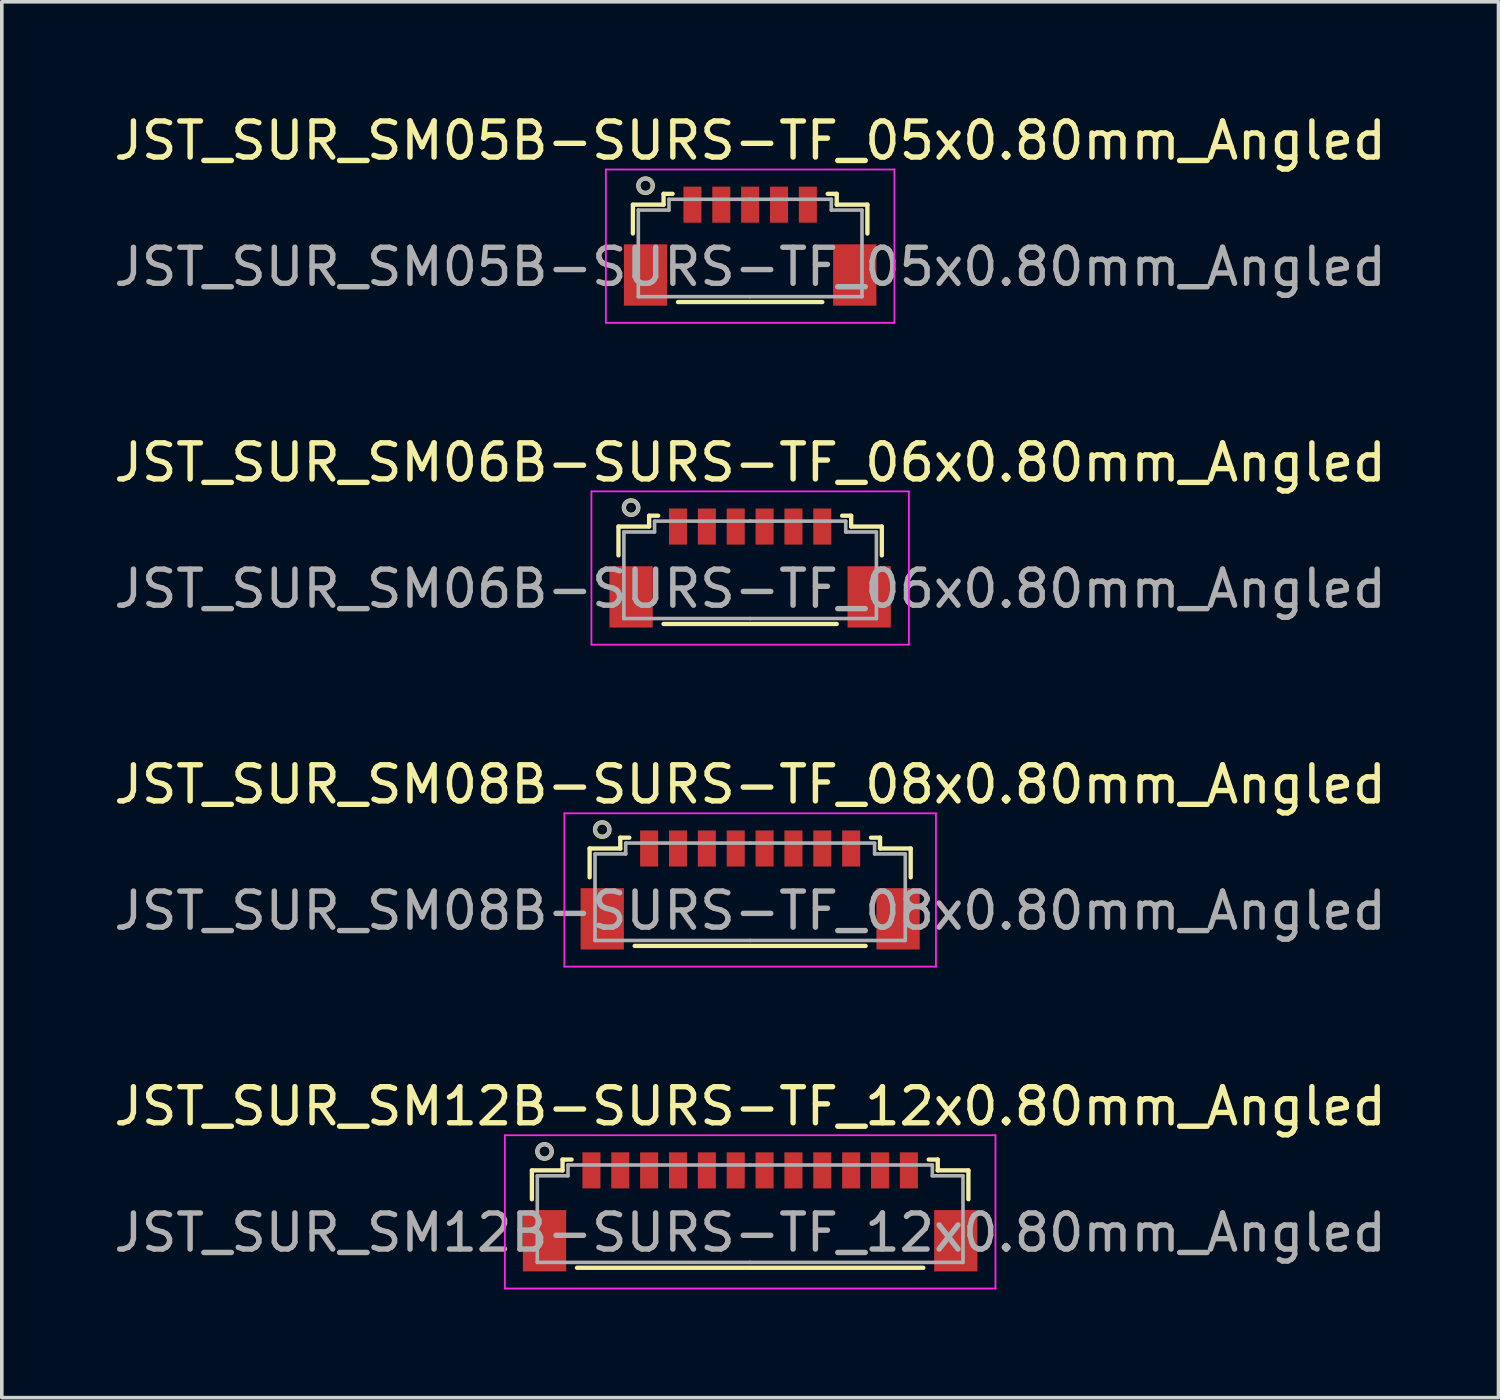
<source format=kicad_pcb>
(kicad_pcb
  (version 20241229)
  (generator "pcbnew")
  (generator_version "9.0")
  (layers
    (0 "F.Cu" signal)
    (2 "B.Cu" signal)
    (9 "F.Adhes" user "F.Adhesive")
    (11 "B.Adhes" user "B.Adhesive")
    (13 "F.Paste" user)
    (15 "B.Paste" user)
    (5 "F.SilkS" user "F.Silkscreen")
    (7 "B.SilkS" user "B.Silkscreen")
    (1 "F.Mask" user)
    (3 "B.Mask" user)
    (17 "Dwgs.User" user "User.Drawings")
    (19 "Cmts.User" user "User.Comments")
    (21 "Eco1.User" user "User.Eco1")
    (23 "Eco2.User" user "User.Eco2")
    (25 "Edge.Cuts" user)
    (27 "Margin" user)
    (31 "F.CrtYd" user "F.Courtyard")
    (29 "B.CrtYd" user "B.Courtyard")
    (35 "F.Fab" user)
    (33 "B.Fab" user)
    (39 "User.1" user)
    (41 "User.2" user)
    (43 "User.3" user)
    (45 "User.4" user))
  (footprint "JST_SUR_SM12B-SURS-TF_12x0.80mm_Angled"
    (layer "F.Cu")
    (at 17.744 30.368)
    (property "Reference" "JST_SUR_SM12B-SURS-TF_12x0.80mm_Angled" (at 0 -2.75 0) (layer "F.SilkS") (effects (font (size 1 1) (thickness 0.15))))
    (attr smd)
    (fp_line (start -6.05 -0.975) (end -6.05 -0.175) (stroke (width 0.12) (type solid)) (layer "F.SilkS"))
    (fp_line (start -5.2 -1.275) (end -5.2 -0.975) (stroke (width 0.12) (type solid)) (layer "F.SilkS"))
    (fp_line (start -5.2 -0.975) (end -6.05 -0.975) (stroke (width 0.12) (type solid)) (layer "F.SilkS"))
    (fp_line (start -4.95 -1.275) (end -5.2 -1.275) (stroke (width 0.12) (type solid)) (layer "F.SilkS"))
    (fp_line (start -4.8 1.725) (end 4.8 1.725) (stroke (width 0.12) (type solid)) (layer "F.SilkS"))
    (fp_line (start 4.95 -1.275) (end 5.2 -1.275) (stroke (width 0.12) (type solid)) (layer "F.SilkS"))
    (fp_line (start 5.2 -1.275) (end 5.2 -0.975) (stroke (width 0.12) (type solid)) (layer "F.SilkS"))
    (fp_line (start 5.2 -0.975) (end 6.05 -0.975) (stroke (width 0.12) (type solid)) (layer "F.SilkS"))
    (fp_line (start 6.05 -0.975) (end 6.05 -0.175) (stroke (width 0.12) (type solid)) (layer "F.SilkS"))
    (fp_circle (center -5.7 -1.5) (end -5.5 -1.5) (stroke (width 0.12) (type solid)) (fill no) (layer "F.SilkS"))
    (fp_line (start -6.8 -1.95) (end 6.8 -1.95) (stroke (width 0.05) (type solid)) (layer "F.CrtYd"))
    (fp_line (start -6.8 2.3) (end -6.8 -1.95) (stroke (width 0.05) (type solid)) (layer "F.CrtYd"))
    (fp_line (start 6.8 -1.95) (end 6.8 2.3) (stroke (width 0.05) (type solid)) (layer "F.CrtYd"))
    (fp_line (start 6.8 2.3) (end -6.8 2.3) (stroke (width 0.05) (type solid)) (layer "F.CrtYd"))
    (fp_line (start -5.9 -0.825) (end -5.9 1.575) (stroke (width 0.1) (type solid)) (layer "F.Fab"))
    (fp_line (start -5.9 1.575) (end 0 1.575) (stroke (width 0.1) (type solid)) (layer "F.Fab"))
    (fp_line (start -5.05 -1.125) (end -5.05 -0.825) (stroke (width 0.1) (type solid)) (layer "F.Fab"))
    (fp_line (start -5.05 -0.825) (end -5.9 -0.825) (stroke (width 0.1) (type solid)) (layer "F.Fab"))
    (fp_line (start 0 -1.125) (end -5.05 -1.125) (stroke (width 0.1) (type solid)) (layer "F.Fab"))
    (fp_line (start 0 -1.125) (end 5.05 -1.125) (stroke (width 0.1) (type solid)) (layer "F.Fab"))
    (fp_line (start 5.05 -1.125) (end 5.05 -0.825) (stroke (width 0.1) (type solid)) (layer "F.Fab"))
    (fp_line (start 5.05 -0.825) (end 5.9 -0.825) (stroke (width 0.1) (type solid)) (layer "F.Fab"))
    (fp_line (start 5.9 -0.825) (end 5.9 1.575) (stroke (width 0.1) (type solid)) (layer "F.Fab"))
    (fp_line (start 5.9 1.575) (end 0 1.575) (stroke (width 0.1) (type solid)) (layer "F.Fab"))
    (fp_circle (center -5.7 -1.5) (end -5.5 -1.5) (stroke (width 0.1) (type solid)) (fill no) (layer "F.Fab"))
    (fp_text user "${REFERENCE}" (at 0 0.75 0) (layer "F.Fab") (effects (font (size 1 1) (thickness 0.15))))
    (pad "" smd rect (at -5.7 0.975) (size 1.2 1.7) (layers "F.Cu" "F.Mask" "F.Paste"))
    (pad "" smd rect (at 5.7 0.975) (size 1.2 1.7) (layers "F.Cu" "F.Mask" "F.Paste"))
    (pad "1" smd rect (at -4.4 -0.975) (size 0.5 1) (layers "F.Cu" "F.Mask" "F.Paste"))
    (pad "2" smd rect (at -3.6 -0.975) (size 0.5 1) (layers "F.Cu" "F.Mask" "F.Paste"))
    (pad "3" smd rect (at -2.8 -0.975) (size 0.5 1) (layers "F.Cu" "F.Mask" "F.Paste"))
    (pad "4" smd rect (at -2 -0.975) (size 0.5 1) (layers "F.Cu" "F.Mask" "F.Paste"))
    (pad "5" smd rect (at -1.2 -0.975) (size 0.5 1) (layers "F.Cu" "F.Mask" "F.Paste"))
    (pad "6" smd rect (at -0.4 -0.975) (size 0.5 1) (layers "F.Cu" "F.Mask" "F.Paste"))
    (pad "7" smd rect (at 0.4 -0.975) (size 0.5 1) (layers "F.Cu" "F.Mask" "F.Paste"))
    (pad "8" smd rect (at 1.2 -0.975) (size 0.5 1) (layers "F.Cu" "F.Mask" "F.Paste"))
    (pad "9" smd rect (at 2 -0.975) (size 0.5 1) (layers "F.Cu" "F.Mask" "F.Paste"))
    (pad "10" smd rect (at 2.8 -0.975) (size 0.5 1) (layers "F.Cu" "F.Mask" "F.Paste"))
    (pad "11" smd rect (at 3.6 -0.975) (size 0.5 1) (layers "F.Cu" "F.Mask" "F.Paste"))
    (pad "12" smd rect (at 4.4 -0.975) (size 0.5 1) (layers "F.Cu" "F.Mask" "F.Paste")))
  (footprint "JST_SUR_SM05B-SURS-TF_05x0.80mm_Angled"
    (layer "F.Cu")
    (at 17.744 3.598)
    (property "Reference" "JST_SUR_SM05B-SURS-TF_05x0.80mm_Angled" (at 0 -2.75 0) (layer "F.SilkS") (effects (font (size 1 1) (thickness 0.15))))
    (attr smd)
    (fp_line (start -3.25 -0.975) (end -3.25 -0.175) (stroke (width 0.12) (type solid)) (layer "F.SilkS"))
    (fp_line (start -2.4 -1.275) (end -2.4 -0.975) (stroke (width 0.12) (type solid)) (layer "F.SilkS"))
    (fp_line (start -2.4 -0.975) (end -3.25 -0.975) (stroke (width 0.12) (type solid)) (layer "F.SilkS"))
    (fp_line (start -2.15 -1.275) (end -2.4 -1.275) (stroke (width 0.12) (type solid)) (layer "F.SilkS"))
    (fp_line (start -2 1.725) (end 2 1.725) (stroke (width 0.12) (type solid)) (layer "F.SilkS"))
    (fp_line (start 2.15 -1.275) (end 2.4 -1.275) (stroke (width 0.12) (type solid)) (layer "F.SilkS"))
    (fp_line (start 2.4 -1.275) (end 2.4 -0.975) (stroke (width 0.12) (type solid)) (layer "F.SilkS"))
    (fp_line (start 2.4 -0.975) (end 3.25 -0.975) (stroke (width 0.12) (type solid)) (layer "F.SilkS"))
    (fp_line (start 3.25 -0.975) (end 3.25 -0.175) (stroke (width 0.12) (type solid)) (layer "F.SilkS"))
    (fp_circle (center -2.9 -1.5) (end -2.7 -1.5) (stroke (width 0.12) (type solid)) (fill no) (layer "F.SilkS"))
    (fp_line (start -4 -1.95) (end 4 -1.95) (stroke (width 0.05) (type solid)) (layer "F.CrtYd"))
    (fp_line (start -4 2.3) (end -4 -1.95) (stroke (width 0.05) (type solid)) (layer "F.CrtYd"))
    (fp_line (start 4 -1.95) (end 4 2.3) (stroke (width 0.05) (type solid)) (layer "F.CrtYd"))
    (fp_line (start 4 2.3) (end -4 2.3) (stroke (width 0.05) (type solid)) (layer "F.CrtYd"))
    (fp_line (start -3.1 -0.825) (end -3.1 1.575) (stroke (width 0.1) (type solid)) (layer "F.Fab"))
    (fp_line (start -3.1 1.575) (end 0 1.575) (stroke (width 0.1) (type solid)) (layer "F.Fab"))
    (fp_line (start -2.25 -1.125) (end -2.25 -0.825) (stroke (width 0.1) (type solid)) (layer "F.Fab"))
    (fp_line (start -2.25 -0.825) (end -3.1 -0.825) (stroke (width 0.1) (type solid)) (layer "F.Fab"))
    (fp_line (start 0 -1.125) (end -2.25 -1.125) (stroke (width 0.1) (type solid)) (layer "F.Fab"))
    (fp_line (start 0 -1.125) (end 2.25 -1.125) (stroke (width 0.1) (type solid)) (layer "F.Fab"))
    (fp_line (start 2.25 -1.125) (end 2.25 -0.825) (stroke (width 0.1) (type solid)) (layer "F.Fab"))
    (fp_line (start 2.25 -0.825) (end 3.1 -0.825) (stroke (width 0.1) (type solid)) (layer "F.Fab"))
    (fp_line (start 3.1 -0.825) (end 3.1 1.575) (stroke (width 0.1) (type solid)) (layer "F.Fab"))
    (fp_line (start 3.1 1.575) (end 0 1.575) (stroke (width 0.1) (type solid)) (layer "F.Fab"))
    (fp_circle (center -2.9 -1.5) (end -2.7 -1.5) (stroke (width 0.1) (type solid)) (fill no) (layer "F.Fab"))
    (fp_text user "${REFERENCE}" (at 0 0.75 0) (layer "F.Fab") (effects (font (size 1 1) (thickness 0.15))))
    (pad "" smd rect (at -2.9 0.975) (size 1.2 1.7) (layers "F.Cu" "F.Mask" "F.Paste"))
    (pad "" smd rect (at 2.9 0.975) (size 1.2 1.7) (layers "F.Cu" "F.Mask" "F.Paste"))
    (pad "1" smd rect (at -1.6 -0.975) (size 0.5 1) (layers "F.Cu" "F.Mask" "F.Paste"))
    (pad "2" smd rect (at -0.8 -0.975) (size 0.5 1) (layers "F.Cu" "F.Mask" "F.Paste"))
    (pad "3" smd rect (at 0 -0.975) (size 0.5 1) (layers "F.Cu" "F.Mask" "F.Paste"))
    (pad "4" smd rect (at 0.8 -0.975) (size 0.5 1) (layers "F.Cu" "F.Mask" "F.Paste"))
    (pad "5" smd rect (at 1.6 -0.975) (size 0.5 1) (layers "F.Cu" "F.Mask" "F.Paste")))
  (footprint "JST_SUR_SM08B-SURS-TF_08x0.80mm_Angled"
    (layer "F.Cu")
    (at 17.744 21.445)
    (property "Reference" "JST_SUR_SM08B-SURS-TF_08x0.80mm_Angled" (at 0 -2.75 0) (layer "F.SilkS") (effects (font (size 1 1) (thickness 0.15))))
    (attr smd)
    (fp_line (start -4.45 -0.975) (end -4.45 -0.175) (stroke (width 0.12) (type solid)) (layer "F.SilkS"))
    (fp_line (start -3.6 -1.275) (end -3.6 -0.975) (stroke (width 0.12) (type solid)) (layer "F.SilkS"))
    (fp_line (start -3.6 -0.975) (end -4.45 -0.975) (stroke (width 0.12) (type solid)) (layer "F.SilkS"))
    (fp_line (start -3.35 -1.275) (end -3.6 -1.275) (stroke (width 0.12) (type solid)) (layer "F.SilkS"))
    (fp_line (start -3.2 1.725) (end 3.2 1.725) (stroke (width 0.12) (type solid)) (layer "F.SilkS"))
    (fp_line (start 3.35 -1.275) (end 3.6 -1.275) (stroke (width 0.12) (type solid)) (layer "F.SilkS"))
    (fp_line (start 3.6 -1.275) (end 3.6 -0.975) (stroke (width 0.12) (type solid)) (layer "F.SilkS"))
    (fp_line (start 3.6 -0.975) (end 4.45 -0.975) (stroke (width 0.12) (type solid)) (layer "F.SilkS"))
    (fp_line (start 4.45 -0.975) (end 4.45 -0.175) (stroke (width 0.12) (type solid)) (layer "F.SilkS"))
    (fp_circle (center -4.1 -1.5) (end -3.9 -1.5) (stroke (width 0.12) (type solid)) (fill no) (layer "F.SilkS"))
    (fp_line (start -5.15 -1.95) (end 5.15 -1.95) (stroke (width 0.05) (type solid)) (layer "F.CrtYd"))
    (fp_line (start -5.15 2.3) (end -5.15 -1.95) (stroke (width 0.05) (type solid)) (layer "F.CrtYd"))
    (fp_line (start 5.15 -1.95) (end 5.15 2.3) (stroke (width 0.05) (type solid)) (layer "F.CrtYd"))
    (fp_line (start 5.15 2.3) (end -5.15 2.3) (stroke (width 0.05) (type solid)) (layer "F.CrtYd"))
    (fp_line (start -4.3 -0.825) (end -4.3 1.575) (stroke (width 0.1) (type solid)) (layer "F.Fab"))
    (fp_line (start -4.3 1.575) (end 0 1.575) (stroke (width 0.1) (type solid)) (layer "F.Fab"))
    (fp_line (start -3.45 -1.125) (end -3.45 -0.825) (stroke (width 0.1) (type solid)) (layer "F.Fab"))
    (fp_line (start -3.45 -0.825) (end -4.3 -0.825) (stroke (width 0.1) (type solid)) (layer "F.Fab"))
    (fp_line (start 0 -1.125) (end -3.45 -1.125) (stroke (width 0.1) (type solid)) (layer "F.Fab"))
    (fp_line (start 0 -1.125) (end 3.45 -1.125) (stroke (width 0.1) (type solid)) (layer "F.Fab"))
    (fp_line (start 3.45 -1.125) (end 3.45 -0.825) (stroke (width 0.1) (type solid)) (layer "F.Fab"))
    (fp_line (start 3.45 -0.825) (end 4.3 -0.825) (stroke (width 0.1) (type solid)) (layer "F.Fab"))
    (fp_line (start 4.3 -0.825) (end 4.3 1.575) (stroke (width 0.1) (type solid)) (layer "F.Fab"))
    (fp_line (start 4.3 1.575) (end 0 1.575) (stroke (width 0.1) (type solid)) (layer "F.Fab"))
    (fp_circle (center -4.1 -1.5) (end -3.9 -1.5) (stroke (width 0.1) (type solid)) (fill no) (layer "F.Fab"))
    (fp_text user "${REFERENCE}" (at 0 0.75 0) (layer "F.Fab") (effects (font (size 1 1) (thickness 0.15))))
    (pad "" smd rect (at -4.1 0.975) (size 1.2 1.7) (layers "F.Cu" "F.Mask" "F.Paste"))
    (pad "" smd rect (at 4.1 0.975) (size 1.2 1.7) (layers "F.Cu" "F.Mask" "F.Paste"))
    (pad "1" smd rect (at -2.8 -0.975) (size 0.5 1) (layers "F.Cu" "F.Mask" "F.Paste"))
    (pad "2" smd rect (at -2 -0.975) (size 0.5 1) (layers "F.Cu" "F.Mask" "F.Paste"))
    (pad "3" smd rect (at -1.2 -0.975) (size 0.5 1) (layers "F.Cu" "F.Mask" "F.Paste"))
    (pad "4" smd rect (at -0.4 -0.975) (size 0.5 1) (layers "F.Cu" "F.Mask" "F.Paste"))
    (pad "5" smd rect (at 0.4 -0.975) (size 0.5 1) (layers "F.Cu" "F.Mask" "F.Paste"))
    (pad "6" smd rect (at 1.2 -0.975) (size 0.5 1) (layers "F.Cu" "F.Mask" "F.Paste"))
    (pad "7" smd rect (at 2 -0.975) (size 0.5 1) (layers "F.Cu" "F.Mask" "F.Paste"))
    (pad "8" smd rect (at 2.8 -0.975) (size 0.5 1) (layers "F.Cu" "F.Mask" "F.Paste")))
  (footprint "JST_SUR_SM06B-SURS-TF_06x0.80mm_Angled"
    (layer "F.Cu")
    (at 17.744 12.521)
    (property "Reference" "JST_SUR_SM06B-SURS-TF_06x0.80mm_Angled" (at 0 -2.75 0) (layer "F.SilkS") (effects (font (size 1 1) (thickness 0.15))))
    (attr smd)
    (fp_line (start -3.65 -0.975) (end -3.65 -0.175) (stroke (width 0.12) (type solid)) (layer "F.SilkS"))
    (fp_line (start -2.8 -1.275) (end -2.8 -0.975) (stroke (width 0.12) (type solid)) (layer "F.SilkS"))
    (fp_line (start -2.8 -0.975) (end -3.65 -0.975) (stroke (width 0.12) (type solid)) (layer "F.SilkS"))
    (fp_line (start -2.55 -1.275) (end -2.8 -1.275) (stroke (width 0.12) (type solid)) (layer "F.SilkS"))
    (fp_line (start -2.4 1.725) (end 2.4 1.725) (stroke (width 0.12) (type solid)) (layer "F.SilkS"))
    (fp_line (start 2.55 -1.275) (end 2.8 -1.275) (stroke (width 0.12) (type solid)) (layer "F.SilkS"))
    (fp_line (start 2.8 -1.275) (end 2.8 -0.975) (stroke (width 0.12) (type solid)) (layer "F.SilkS"))
    (fp_line (start 2.8 -0.975) (end 3.65 -0.975) (stroke (width 0.12) (type solid)) (layer "F.SilkS"))
    (fp_line (start 3.65 -0.975) (end 3.65 -0.175) (stroke (width 0.12) (type solid)) (layer "F.SilkS"))
    (fp_circle (center -3.3 -1.5) (end -3.1 -1.5) (stroke (width 0.12) (type solid)) (fill no) (layer "F.SilkS"))
    (fp_line (start -4.4 -1.95) (end 4.4 -1.95) (stroke (width 0.05) (type solid)) (layer "F.CrtYd"))
    (fp_line (start -4.4 2.3) (end -4.4 -1.95) (stroke (width 0.05) (type solid)) (layer "F.CrtYd"))
    (fp_line (start 4.4 -1.95) (end 4.4 2.3) (stroke (width 0.05) (type solid)) (layer "F.CrtYd"))
    (fp_line (start 4.4 2.3) (end -4.4 2.3) (stroke (width 0.05) (type solid)) (layer "F.CrtYd"))
    (fp_line (start -3.5 -0.825) (end -3.5 1.575) (stroke (width 0.1) (type solid)) (layer "F.Fab"))
    (fp_line (start -3.5 1.575) (end 0 1.575) (stroke (width 0.1) (type solid)) (layer "F.Fab"))
    (fp_line (start -2.65 -1.125) (end -2.65 -0.825) (stroke (width 0.1) (type solid)) (layer "F.Fab"))
    (fp_line (start -2.65 -0.825) (end -3.5 -0.825) (stroke (width 0.1) (type solid)) (layer "F.Fab"))
    (fp_line (start 0 -1.125) (end -2.65 -1.125) (stroke (width 0.1) (type solid)) (layer "F.Fab"))
    (fp_line (start 0 -1.125) (end 2.65 -1.125) (stroke (width 0.1) (type solid)) (layer "F.Fab"))
    (fp_line (start 2.65 -1.125) (end 2.65 -0.825) (stroke (width 0.1) (type solid)) (layer "F.Fab"))
    (fp_line (start 2.65 -0.825) (end 3.5 -0.825) (stroke (width 0.1) (type solid)) (layer "F.Fab"))
    (fp_line (start 3.5 -0.825) (end 3.5 1.575) (stroke (width 0.1) (type solid)) (layer "F.Fab"))
    (fp_line (start 3.5 1.575) (end 0 1.575) (stroke (width 0.1) (type solid)) (layer "F.Fab"))
    (fp_circle (center -3.3 -1.5) (end -3.1 -1.5) (stroke (width 0.1) (type solid)) (fill no) (layer "F.Fab"))
    (fp_text user "${REFERENCE}" (at 0 0.75 0) (layer "F.Fab") (effects (font (size 1 1) (thickness 0.15))))
    (pad "" smd rect (at -3.3 0.975) (size 1.2 1.7) (layers "F.Cu" "F.Mask" "F.Paste"))
    (pad "" smd rect (at 3.3 0.975) (size 1.2 1.7) (layers "F.Cu" "F.Mask" "F.Paste"))
    (pad "1" smd rect (at -2 -0.975) (size 0.5 1) (layers "F.Cu" "F.Mask" "F.Paste"))
    (pad "2" smd rect (at -1.2 -0.975) (size 0.5 1) (layers "F.Cu" "F.Mask" "F.Paste"))
    (pad "3" smd rect (at -0.4 -0.975) (size 0.5 1) (layers "F.Cu" "F.Mask" "F.Paste"))
    (pad "4" smd rect (at 0.4 -0.975) (size 0.5 1) (layers "F.Cu" "F.Mask" "F.Paste"))
    (pad "5" smd rect (at 1.2 -0.975) (size 0.5 1) (layers "F.Cu" "F.Mask" "F.Paste"))
    (pad "6" smd rect (at 2 -0.975) (size 0.5 1) (layers "F.Cu" "F.Mask" "F.Paste")))
  (gr_rect
    (start -3 -3)
    (end 38.488 35.693)
    (stroke (width 0.1) (type default))
    (fill no)
    (layer "Edge.Cuts")))
</source>
